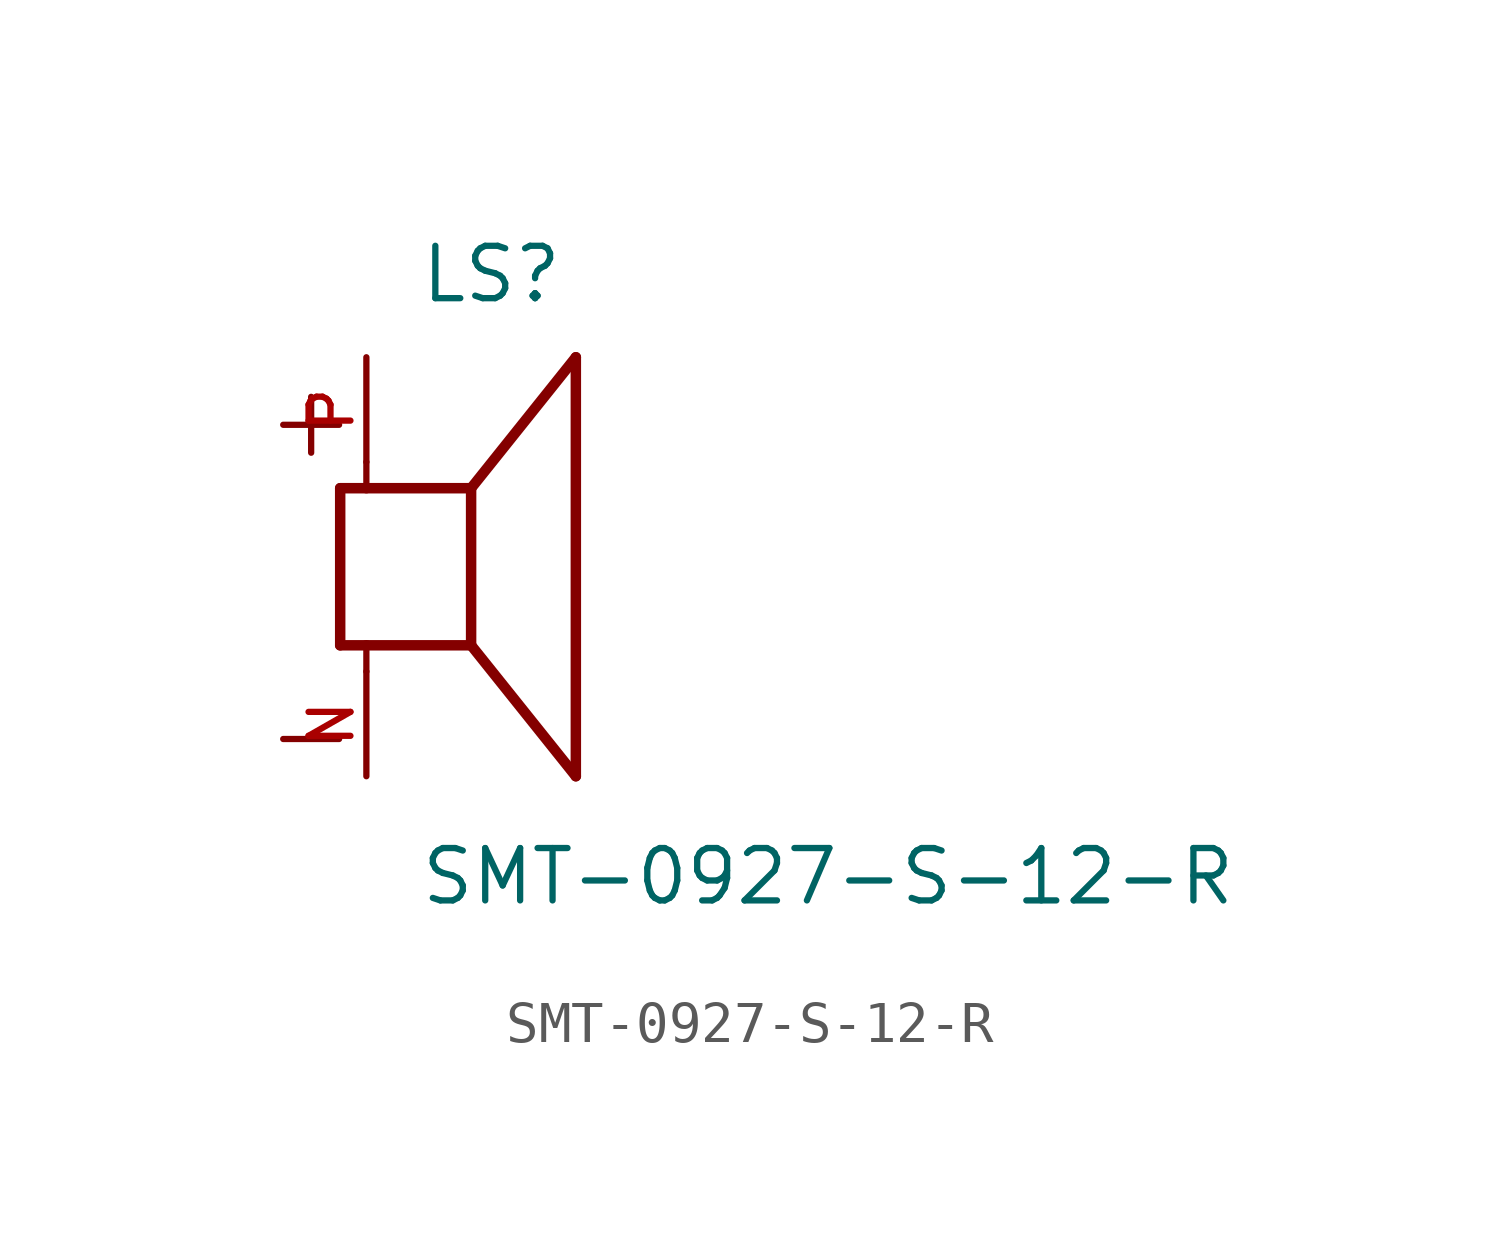
<source format=kicad_sym>
(kicad_symbol_lib
  (version 20211014)
  (generator kicad_symbol_editor)
  (symbol "SMT-0927-S-12-R"
    (pin_names
      (offset 1.016))
    (property "Reference" "LS"
      (at -1.27 6.35 0)
      (effects (font (size 1.27 1.27)) (justify bottom left)))
    (property "Value" "SMT-0927-S-12-R"
      (at -1.27 -8.255 0)
      (effects (font (size 1.27 1.27)) (justify bottom left)))
    (symbol "SMT-0927-S-12-R_0_0"
      (polyline (pts (xy -3.175 1.905) (xy -3.175 -1.905)) (stroke (width 0.254)))
      (polyline (pts (xy -3.175 -1.905) (xy -2.54 -1.905)) (stroke (width 0.254)))
      (polyline (pts (xy 0.0 -1.905) (xy 0.0 1.905)) (stroke (width 0.254)))
      (polyline (pts (xy -3.175 1.905) (xy -2.54 1.905)) (stroke (width 0.254)))
      (polyline (pts (xy 0.0 -1.905) (xy 2.54 -5.08)) (stroke (width 0.254)))
      (polyline (pts (xy 2.54 -5.08) (xy 2.54 5.08)) (stroke (width 0.254)))
      (polyline (pts (xy 0.0 1.905) (xy 2.54 5.08)) (stroke (width 0.254)))
      (polyline (pts (xy -2.54 -2.54) (xy -2.54 -1.905)) (stroke (width 0.152)))
      (polyline (pts (xy -2.54 -1.905) (xy 0.0 -1.905)) (stroke (width 0.254)))
      (polyline (pts (xy -2.54 2.54) (xy -2.54 1.905)) (stroke (width 0.152)))
      (polyline (pts (xy -2.54 1.905) (xy 0.0 1.905)) (stroke (width 0.254)))
      (text "+" (at -5.08 2.54 0) (effects (font (size 1.778 1.778)) (justify bottom left)))
      (text "-" (at -5.08 -5.08 0) (effects (font (size 1.778 1.778)) (justify bottom left)))
      (pin passive line (at -2.54 -5.08 90.0) (length 2.54) (name "~" (effects (font (size 1.016 1.016)))) (number "N" (effects (font (size 1.016 1.016)))))
      (pin passive line (at -2.54 5.08 270.0) (length 2.54) (name "~" (effects (font (size 1.016 1.016)))) (number "P" (effects (font (size 1.016 1.016))))))))
</source>
